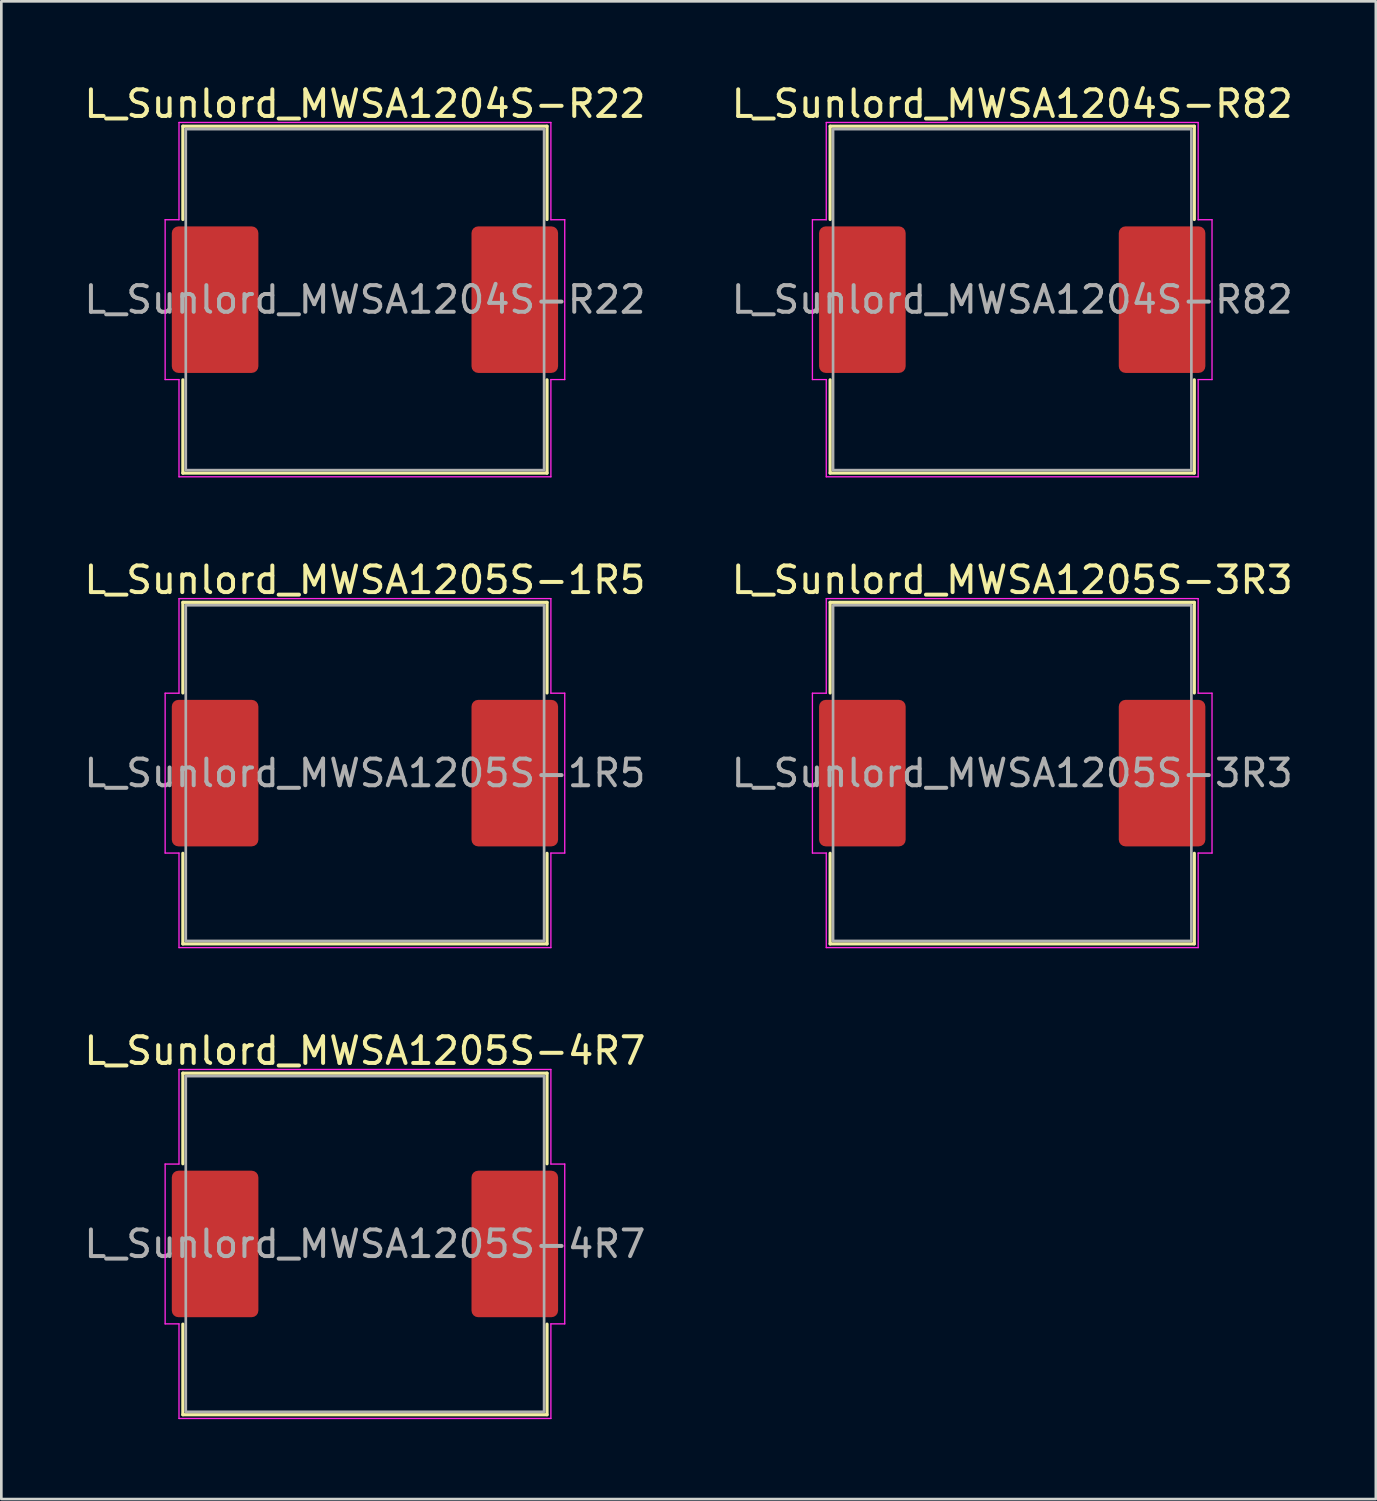
<source format=kicad_pcb>
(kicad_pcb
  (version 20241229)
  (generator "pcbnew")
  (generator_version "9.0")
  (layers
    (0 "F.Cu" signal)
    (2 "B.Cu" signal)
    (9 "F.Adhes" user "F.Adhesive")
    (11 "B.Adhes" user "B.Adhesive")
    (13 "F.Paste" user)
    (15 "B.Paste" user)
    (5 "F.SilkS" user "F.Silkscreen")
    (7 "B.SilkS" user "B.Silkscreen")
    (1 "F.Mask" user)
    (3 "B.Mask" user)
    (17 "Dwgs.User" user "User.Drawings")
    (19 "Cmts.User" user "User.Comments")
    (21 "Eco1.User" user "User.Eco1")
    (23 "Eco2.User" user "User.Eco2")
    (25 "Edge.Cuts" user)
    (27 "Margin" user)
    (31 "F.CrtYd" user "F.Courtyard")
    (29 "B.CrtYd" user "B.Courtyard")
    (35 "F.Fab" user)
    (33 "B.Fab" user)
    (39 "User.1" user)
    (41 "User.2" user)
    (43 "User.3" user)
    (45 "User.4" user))
  (footprint "L_Sunlord_MWSA1204S-R82"
    (layer "F.Cu")
    (at 34.946 8.198)
    (property "Reference" "L_Sunlord_MWSA1204S-R82" (at 0 -7.35 0) (layer "F.SilkS") (effects (font (size 1 1) (thickness 0.15))))
    (attr smd)
    (fp_line (start -6.835 -6.51) (end 6.835 -6.51) (stroke (width 0.12) (type solid)) (layer "F.SilkS"))
    (fp_line (start -6.835 -3.01) (end -6.835 -6.51) (stroke (width 0.12) (type solid)) (layer "F.SilkS"))
    (fp_line (start -6.835 6.51) (end -6.835 3.01) (stroke (width 0.12) (type solid)) (layer "F.SilkS"))
    (fp_line (start 6.835 -6.51) (end 6.835 -3.01) (stroke (width 0.12) (type solid)) (layer "F.SilkS"))
    (fp_line (start 6.835 3.01) (end 6.835 6.51) (stroke (width 0.12) (type solid)) (layer "F.SilkS"))
    (fp_line (start 6.835 6.51) (end -6.835 6.51) (stroke (width 0.12) (type solid)) (layer "F.SilkS"))
    (fp_line (start -7.5 -3) (end -6.98 -3) (stroke (width 0.05) (type solid)) (layer "F.CrtYd"))
    (fp_line (start -7.5 3) (end -7.5 -3) (stroke (width 0.05) (type solid)) (layer "F.CrtYd"))
    (fp_line (start -6.98 -6.65) (end 6.98 -6.65) (stroke (width 0.05) (type solid)) (layer "F.CrtYd"))
    (fp_line (start -6.98 -3) (end -6.98 -6.65) (stroke (width 0.05) (type solid)) (layer "F.CrtYd"))
    (fp_line (start -6.98 3) (end -7.5 3) (stroke (width 0.05) (type solid)) (layer "F.CrtYd"))
    (fp_line (start -6.98 6.65) (end -6.98 3) (stroke (width 0.05) (type solid)) (layer "F.CrtYd"))
    (fp_line (start 6.98 -6.65) (end 6.98 -3) (stroke (width 0.05) (type solid)) (layer "F.CrtYd"))
    (fp_line (start 6.98 -3) (end 7.5 -3) (stroke (width 0.05) (type solid)) (layer "F.CrtYd"))
    (fp_line (start 6.98 3) (end 6.98 6.65) (stroke (width 0.05) (type solid)) (layer "F.CrtYd"))
    (fp_line (start 6.98 6.65) (end -6.98 6.65) (stroke (width 0.05) (type solid)) (layer "F.CrtYd"))
    (fp_line (start 7.5 -3) (end 7.5 3) (stroke (width 0.05) (type solid)) (layer "F.CrtYd"))
    (fp_line (start 7.5 3) (end 6.98 3) (stroke (width 0.05) (type solid)) (layer "F.CrtYd"))
    (fp_rect (start -6.725 -6.4) (end 6.725 6.4) (stroke (width 0.1) (type solid)) (fill no) (layer "F.Fab"))
    (fp_text user "${REFERENCE}" (at 0 0 0) (layer "F.Fab") (effects (font (size 1 1) (thickness 0.15))))
    (pad "1" smd roundrect (at -5.625 0) (size 3.25 5.5) (layers "F.Cu" "F.Mask" "F.Paste") (roundrect_rratio 0.077))
    (pad "2" smd roundrect (at 5.625 0) (size 3.25 5.5) (layers "F.Cu" "F.Mask" "F.Paste") (roundrect_rratio 0.077)))
  (footprint "L_Sunlord_MWSA1205S-1R5"
    (layer "F.Cu")
    (at 10.649 25.971)
    (property "Reference" "L_Sunlord_MWSA1205S-1R5" (at 0 -7.25 0) (layer "F.SilkS") (effects (font (size 1 1) (thickness 0.15))))
    (attr smd)
    (fp_line (start -6.835 -6.41) (end 6.835 -6.41) (stroke (width 0.12) (type solid)) (layer "F.SilkS"))
    (fp_line (start -6.835 -3.01) (end -6.835 -6.41) (stroke (width 0.12) (type solid)) (layer "F.SilkS"))
    (fp_line (start -6.835 6.41) (end -6.835 3.01) (stroke (width 0.12) (type solid)) (layer "F.SilkS"))
    (fp_line (start 6.835 -6.41) (end 6.835 -3.01) (stroke (width 0.12) (type solid)) (layer "F.SilkS"))
    (fp_line (start 6.835 3.01) (end 6.835 6.41) (stroke (width 0.12) (type solid)) (layer "F.SilkS"))
    (fp_line (start 6.835 6.41) (end -6.835 6.41) (stroke (width 0.12) (type solid)) (layer "F.SilkS"))
    (fp_line (start -7.5 -3) (end -6.98 -3) (stroke (width 0.05) (type solid)) (layer "F.CrtYd"))
    (fp_line (start -7.5 3) (end -7.5 -3) (stroke (width 0.05) (type solid)) (layer "F.CrtYd"))
    (fp_line (start -6.98 -6.55) (end 6.98 -6.55) (stroke (width 0.05) (type solid)) (layer "F.CrtYd"))
    (fp_line (start -6.98 -3) (end -6.98 -6.55) (stroke (width 0.05) (type solid)) (layer "F.CrtYd"))
    (fp_line (start -6.98 3) (end -7.5 3) (stroke (width 0.05) (type solid)) (layer "F.CrtYd"))
    (fp_line (start -6.98 6.55) (end -6.98 3) (stroke (width 0.05) (type solid)) (layer "F.CrtYd"))
    (fp_line (start 6.98 -6.55) (end 6.98 -3) (stroke (width 0.05) (type solid)) (layer "F.CrtYd"))
    (fp_line (start 6.98 -3) (end 7.5 -3) (stroke (width 0.05) (type solid)) (layer "F.CrtYd"))
    (fp_line (start 6.98 3) (end 6.98 6.55) (stroke (width 0.05) (type solid)) (layer "F.CrtYd"))
    (fp_line (start 6.98 6.55) (end -6.98 6.55) (stroke (width 0.05) (type solid)) (layer "F.CrtYd"))
    (fp_line (start 7.5 -3) (end 7.5 3) (stroke (width 0.05) (type solid)) (layer "F.CrtYd"))
    (fp_line (start 7.5 3) (end 6.98 3) (stroke (width 0.05) (type solid)) (layer "F.CrtYd"))
    (fp_rect (start -6.725 -6.3) (end 6.725 6.3) (stroke (width 0.1) (type solid)) (fill no) (layer "F.Fab"))
    (fp_text user "${REFERENCE}" (at 0 0 0) (layer "F.Fab") (effects (font (size 1 1) (thickness 0.15))))
    (pad "1" smd roundrect (at -5.625 0) (size 3.25 5.5) (layers "F.Cu" "F.Mask" "F.Paste") (roundrect_rratio 0.077))
    (pad "2" smd roundrect (at 5.625 0) (size 3.25 5.5) (layers "F.Cu" "F.Mask" "F.Paste") (roundrect_rratio 0.077)))
  (footprint "L_Sunlord_MWSA1204S-R22"
    (layer "F.Cu")
    (at 10.649 8.198)
    (property "Reference" "L_Sunlord_MWSA1204S-R22" (at 0 -7.35 0) (layer "F.SilkS") (effects (font (size 1 1) (thickness 0.15))))
    (attr smd)
    (fp_line (start -6.835 -6.51) (end 6.835 -6.51) (stroke (width 0.12) (type solid)) (layer "F.SilkS"))
    (fp_line (start -6.835 -3.01) (end -6.835 -6.51) (stroke (width 0.12) (type solid)) (layer "F.SilkS"))
    (fp_line (start -6.835 6.51) (end -6.835 3.01) (stroke (width 0.12) (type solid)) (layer "F.SilkS"))
    (fp_line (start 6.835 -6.51) (end 6.835 -3.01) (stroke (width 0.12) (type solid)) (layer "F.SilkS"))
    (fp_line (start 6.835 3.01) (end 6.835 6.51) (stroke (width 0.12) (type solid)) (layer "F.SilkS"))
    (fp_line (start 6.835 6.51) (end -6.835 6.51) (stroke (width 0.12) (type solid)) (layer "F.SilkS"))
    (fp_line (start -7.5 -3) (end -6.98 -3) (stroke (width 0.05) (type solid)) (layer "F.CrtYd"))
    (fp_line (start -7.5 3) (end -7.5 -3) (stroke (width 0.05) (type solid)) (layer "F.CrtYd"))
    (fp_line (start -6.98 -6.65) (end 6.98 -6.65) (stroke (width 0.05) (type solid)) (layer "F.CrtYd"))
    (fp_line (start -6.98 -3) (end -6.98 -6.65) (stroke (width 0.05) (type solid)) (layer "F.CrtYd"))
    (fp_line (start -6.98 3) (end -7.5 3) (stroke (width 0.05) (type solid)) (layer "F.CrtYd"))
    (fp_line (start -6.98 6.65) (end -6.98 3) (stroke (width 0.05) (type solid)) (layer "F.CrtYd"))
    (fp_line (start 6.98 -6.65) (end 6.98 -3) (stroke (width 0.05) (type solid)) (layer "F.CrtYd"))
    (fp_line (start 6.98 -3) (end 7.5 -3) (stroke (width 0.05) (type solid)) (layer "F.CrtYd"))
    (fp_line (start 6.98 3) (end 6.98 6.65) (stroke (width 0.05) (type solid)) (layer "F.CrtYd"))
    (fp_line (start 6.98 6.65) (end -6.98 6.65) (stroke (width 0.05) (type solid)) (layer "F.CrtYd"))
    (fp_line (start 7.5 -3) (end 7.5 3) (stroke (width 0.05) (type solid)) (layer "F.CrtYd"))
    (fp_line (start 7.5 3) (end 6.98 3) (stroke (width 0.05) (type solid)) (layer "F.CrtYd"))
    (fp_rect (start -6.725 -6.4) (end 6.725 6.4) (stroke (width 0.1) (type solid)) (fill no) (layer "F.Fab"))
    (fp_text user "${REFERENCE}" (at 0 0 0) (layer "F.Fab") (effects (font (size 1 1) (thickness 0.15))))
    (pad "1" smd roundrect (at -5.625 0) (size 3.25 5.5) (layers "F.Cu" "F.Mask" "F.Paste") (roundrect_rratio 0.077))
    (pad "2" smd roundrect (at 5.625 0) (size 3.25 5.5) (layers "F.Cu" "F.Mask" "F.Paste") (roundrect_rratio 0.077)))
  (footprint "L_Sunlord_MWSA1205S-4R7"
    (layer "F.Cu")
    (at 10.649 43.645)
    (property "Reference" "L_Sunlord_MWSA1205S-4R7" (at 0 -7.25 0) (layer "F.SilkS") (effects (font (size 1 1) (thickness 0.15))))
    (attr smd)
    (fp_line (start -6.835 -6.41) (end 6.835 -6.41) (stroke (width 0.12) (type solid)) (layer "F.SilkS"))
    (fp_line (start -6.835 -3.01) (end -6.835 -6.41) (stroke (width 0.12) (type solid)) (layer "F.SilkS"))
    (fp_line (start -6.835 6.41) (end -6.835 3.01) (stroke (width 0.12) (type solid)) (layer "F.SilkS"))
    (fp_line (start 6.835 -6.41) (end 6.835 -3.01) (stroke (width 0.12) (type solid)) (layer "F.SilkS"))
    (fp_line (start 6.835 3.01) (end 6.835 6.41) (stroke (width 0.12) (type solid)) (layer "F.SilkS"))
    (fp_line (start 6.835 6.41) (end -6.835 6.41) (stroke (width 0.12) (type solid)) (layer "F.SilkS"))
    (fp_line (start -7.5 -3) (end -6.98 -3) (stroke (width 0.05) (type solid)) (layer "F.CrtYd"))
    (fp_line (start -7.5 3) (end -7.5 -3) (stroke (width 0.05) (type solid)) (layer "F.CrtYd"))
    (fp_line (start -6.98 -6.55) (end 6.98 -6.55) (stroke (width 0.05) (type solid)) (layer "F.CrtYd"))
    (fp_line (start -6.98 -3) (end -6.98 -6.55) (stroke (width 0.05) (type solid)) (layer "F.CrtYd"))
    (fp_line (start -6.98 3) (end -7.5 3) (stroke (width 0.05) (type solid)) (layer "F.CrtYd"))
    (fp_line (start -6.98 6.55) (end -6.98 3) (stroke (width 0.05) (type solid)) (layer "F.CrtYd"))
    (fp_line (start 6.98 -6.55) (end 6.98 -3) (stroke (width 0.05) (type solid)) (layer "F.CrtYd"))
    (fp_line (start 6.98 -3) (end 7.5 -3) (stroke (width 0.05) (type solid)) (layer "F.CrtYd"))
    (fp_line (start 6.98 3) (end 6.98 6.55) (stroke (width 0.05) (type solid)) (layer "F.CrtYd"))
    (fp_line (start 6.98 6.55) (end -6.98 6.55) (stroke (width 0.05) (type solid)) (layer "F.CrtYd"))
    (fp_line (start 7.5 -3) (end 7.5 3) (stroke (width 0.05) (type solid)) (layer "F.CrtYd"))
    (fp_line (start 7.5 3) (end 6.98 3) (stroke (width 0.05) (type solid)) (layer "F.CrtYd"))
    (fp_rect (start -6.725 -6.3) (end 6.725 6.3) (stroke (width 0.1) (type solid)) (fill no) (layer "F.Fab"))
    (fp_text user "${REFERENCE}" (at 0 0 0) (layer "F.Fab") (effects (font (size 1 1) (thickness 0.15))))
    (pad "1" smd roundrect (at -5.625 0) (size 3.25 5.5) (layers "F.Cu" "F.Mask" "F.Paste") (roundrect_rratio 0.077))
    (pad "2" smd roundrect (at 5.625 0) (size 3.25 5.5) (layers "F.Cu" "F.Mask" "F.Paste") (roundrect_rratio 0.077)))
  (footprint "L_Sunlord_MWSA1205S-3R3"
    (layer "F.Cu")
    (at 34.946 25.971)
    (property "Reference" "L_Sunlord_MWSA1205S-3R3" (at 0 -7.25 0) (layer "F.SilkS") (effects (font (size 1 1) (thickness 0.15))))
    (attr smd)
    (fp_line (start -6.835 -6.41) (end 6.835 -6.41) (stroke (width 0.12) (type solid)) (layer "F.SilkS"))
    (fp_line (start -6.835 -3.01) (end -6.835 -6.41) (stroke (width 0.12) (type solid)) (layer "F.SilkS"))
    (fp_line (start -6.835 6.41) (end -6.835 3.01) (stroke (width 0.12) (type solid)) (layer "F.SilkS"))
    (fp_line (start 6.835 -6.41) (end 6.835 -3.01) (stroke (width 0.12) (type solid)) (layer "F.SilkS"))
    (fp_line (start 6.835 3.01) (end 6.835 6.41) (stroke (width 0.12) (type solid)) (layer "F.SilkS"))
    (fp_line (start 6.835 6.41) (end -6.835 6.41) (stroke (width 0.12) (type solid)) (layer "F.SilkS"))
    (fp_line (start -7.5 -3) (end -6.98 -3) (stroke (width 0.05) (type solid)) (layer "F.CrtYd"))
    (fp_line (start -7.5 3) (end -7.5 -3) (stroke (width 0.05) (type solid)) (layer "F.CrtYd"))
    (fp_line (start -6.98 -6.55) (end 6.98 -6.55) (stroke (width 0.05) (type solid)) (layer "F.CrtYd"))
    (fp_line (start -6.98 -3) (end -6.98 -6.55) (stroke (width 0.05) (type solid)) (layer "F.CrtYd"))
    (fp_line (start -6.98 3) (end -7.5 3) (stroke (width 0.05) (type solid)) (layer "F.CrtYd"))
    (fp_line (start -6.98 6.55) (end -6.98 3) (stroke (width 0.05) (type solid)) (layer "F.CrtYd"))
    (fp_line (start 6.98 -6.55) (end 6.98 -3) (stroke (width 0.05) (type solid)) (layer "F.CrtYd"))
    (fp_line (start 6.98 -3) (end 7.5 -3) (stroke (width 0.05) (type solid)) (layer "F.CrtYd"))
    (fp_line (start 6.98 3) (end 6.98 6.55) (stroke (width 0.05) (type solid)) (layer "F.CrtYd"))
    (fp_line (start 6.98 6.55) (end -6.98 6.55) (stroke (width 0.05) (type solid)) (layer "F.CrtYd"))
    (fp_line (start 7.5 -3) (end 7.5 3) (stroke (width 0.05) (type solid)) (layer "F.CrtYd"))
    (fp_line (start 7.5 3) (end 6.98 3) (stroke (width 0.05) (type solid)) (layer "F.CrtYd"))
    (fp_rect (start -6.725 -6.3) (end 6.725 6.3) (stroke (width 0.1) (type solid)) (fill no) (layer "F.Fab"))
    (fp_text user "${REFERENCE}" (at 0 0 0) (layer "F.Fab") (effects (font (size 1 1) (thickness 0.15))))
    (pad "1" smd roundrect (at -5.625 0) (size 3.25 5.5) (layers "F.Cu" "F.Mask" "F.Paste") (roundrect_rratio 0.077))
    (pad "2" smd roundrect (at 5.625 0) (size 3.25 5.5) (layers "F.Cu" "F.Mask" "F.Paste") (roundrect_rratio 0.077)))
  (gr_rect
    (start -3 -3)
    (end 48.595 53.22)
    (stroke (width 0.1) (type default))
    (fill no)
    (layer "Edge.Cuts")))
</source>
